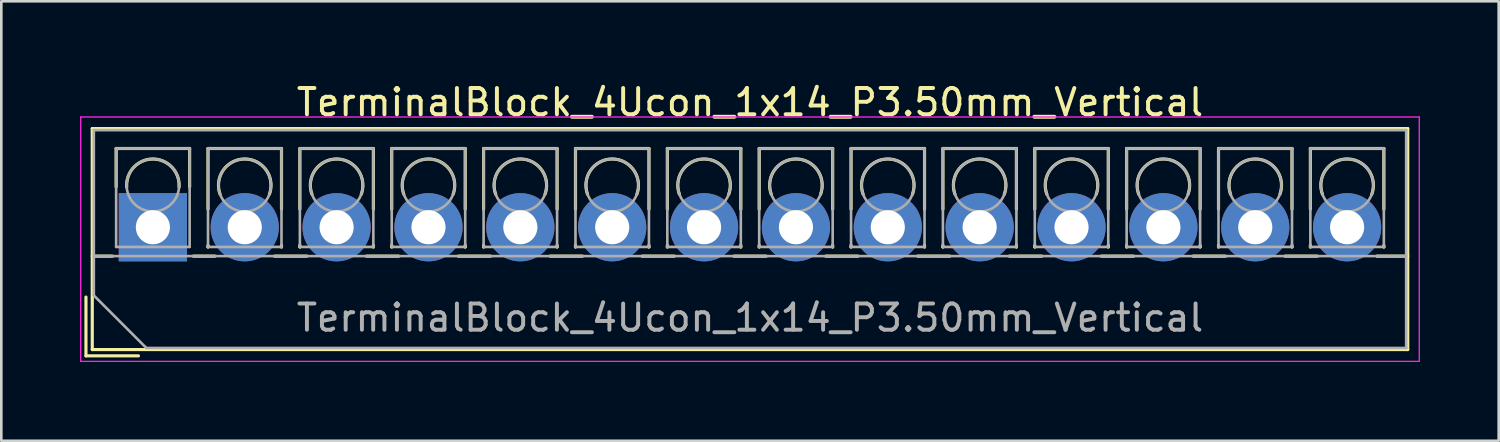
<source format=kicad_pcb>
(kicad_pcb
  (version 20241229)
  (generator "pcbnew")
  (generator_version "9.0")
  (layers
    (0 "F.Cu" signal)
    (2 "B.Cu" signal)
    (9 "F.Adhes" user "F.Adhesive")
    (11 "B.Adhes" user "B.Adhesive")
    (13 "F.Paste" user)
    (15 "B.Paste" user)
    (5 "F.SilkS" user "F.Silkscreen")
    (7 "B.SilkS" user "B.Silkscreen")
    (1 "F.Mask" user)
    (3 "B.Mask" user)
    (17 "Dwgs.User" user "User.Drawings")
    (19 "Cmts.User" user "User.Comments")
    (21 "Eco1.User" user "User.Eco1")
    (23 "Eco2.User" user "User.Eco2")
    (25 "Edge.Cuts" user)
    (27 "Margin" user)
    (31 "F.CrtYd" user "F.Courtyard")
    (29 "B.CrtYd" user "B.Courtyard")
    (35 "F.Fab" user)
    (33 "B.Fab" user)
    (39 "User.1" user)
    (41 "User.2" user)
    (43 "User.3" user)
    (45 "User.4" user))
  (footprint "TerminalBlock_4Ucon_1x14_P3.50mm_Vertical"
    (layer "F.Cu")
    (at 2.775 5.608)
    (property "Reference" "TerminalBlock_4Ucon_1x14_P3.50mm_Vertical" (at 22.75 -4.76 0) (layer "F.SilkS") (effects (font (size 1 1) (thickness 0.15))))
    (attr through_hole)
    (fp_line (start -2.55 2.66) (end -2.55 4.9) (stroke (width 0.12) (type solid)) (layer "F.SilkS"))
    (fp_line (start -2.55 4.9) (end -0.55 4.9) (stroke (width 0.12) (type solid)) (layer "F.SilkS"))
    (fp_line (start -2.31 -3.76) (end -2.31 4.66) (stroke (width 0.12) (type solid)) (layer "F.SilkS"))
    (fp_line (start -2.31 -3.76) (end 47.81 -3.76) (stroke (width 0.12) (type solid)) (layer "F.SilkS"))
    (fp_line (start -2.31 1.101) (end -1.54 1.101) (stroke (width 0.12) (type solid)) (layer "F.SilkS"))
    (fp_line (start -2.31 4.66) (end 47.81 4.66) (stroke (width 0.12) (type solid)) (layer "F.SilkS"))
    (fp_line (start -1.4 -3) (end -1.4 -1.54) (stroke (width 0.12) (type solid)) (layer "F.SilkS"))
    (fp_line (start -1.4 -3) (end 1.4 -3) (stroke (width 0.12) (type solid)) (layer "F.SilkS"))
    (fp_line (start 1.4 -3) (end 1.4 -1.54) (stroke (width 0.12) (type solid)) (layer "F.SilkS"))
    (fp_line (start 1.54 1.101) (end 2.367 1.101) (stroke (width 0.12) (type solid)) (layer "F.SilkS"))
    (fp_line (start 2.1 -3) (end 2.1 -0.689) (stroke (width 0.12) (type solid)) (layer "F.SilkS"))
    (fp_line (start 2.1 -3) (end 4.9 -3) (stroke (width 0.12) (type solid)) (layer "F.SilkS"))
    (fp_line (start 2.1 0.689) (end 2.1 0.75) (stroke (width 0.12) (type solid)) (layer "F.SilkS"))
    (fp_line (start 2.1 0.75) (end 2.101 0.75) (stroke (width 0.12) (type solid)) (layer "F.SilkS"))
    (fp_line (start 4.634 1.101) (end 5.867 1.101) (stroke (width 0.12) (type solid)) (layer "F.SilkS"))
    (fp_line (start 4.9 -3) (end 4.9 -0.689) (stroke (width 0.12) (type solid)) (layer "F.SilkS"))
    (fp_line (start 4.9 0.689) (end 4.9 0.75) (stroke (width 0.12) (type solid)) (layer "F.SilkS"))
    (fp_line (start 4.9 0.75) (end 4.9 0.75) (stroke (width 0.12) (type solid)) (layer "F.SilkS"))
    (fp_line (start 5.6 -3) (end 5.6 -0.689) (stroke (width 0.12) (type solid)) (layer "F.SilkS"))
    (fp_line (start 5.6 -3) (end 8.4 -3) (stroke (width 0.12) (type solid)) (layer "F.SilkS"))
    (fp_line (start 5.6 0.689) (end 5.6 0.75) (stroke (width 0.12) (type solid)) (layer "F.SilkS"))
    (fp_line (start 5.6 0.75) (end 5.601 0.75) (stroke (width 0.12) (type solid)) (layer "F.SilkS"))
    (fp_line (start 8.134 1.101) (end 9.367 1.101) (stroke (width 0.12) (type solid)) (layer "F.SilkS"))
    (fp_line (start 8.4 -3) (end 8.4 -0.689) (stroke (width 0.12) (type solid)) (layer "F.SilkS"))
    (fp_line (start 8.4 0.689) (end 8.4 0.75) (stroke (width 0.12) (type solid)) (layer "F.SilkS"))
    (fp_line (start 8.4 0.75) (end 8.4 0.75) (stroke (width 0.12) (type solid)) (layer "F.SilkS"))
    (fp_line (start 9.1 -3) (end 9.1 -0.689) (stroke (width 0.12) (type solid)) (layer "F.SilkS"))
    (fp_line (start 9.1 -3) (end 11.9 -3) (stroke (width 0.12) (type solid)) (layer "F.SilkS"))
    (fp_line (start 9.1 0.689) (end 9.1 0.75) (stroke (width 0.12) (type solid)) (layer "F.SilkS"))
    (fp_line (start 9.1 0.75) (end 9.101 0.75) (stroke (width 0.12) (type solid)) (layer "F.SilkS"))
    (fp_line (start 11.634 1.101) (end 12.867 1.101) (stroke (width 0.12) (type solid)) (layer "F.SilkS"))
    (fp_line (start 11.9 -3) (end 11.9 -0.689) (stroke (width 0.12) (type solid)) (layer "F.SilkS"))
    (fp_line (start 11.9 0.689) (end 11.9 0.75) (stroke (width 0.12) (type solid)) (layer "F.SilkS"))
    (fp_line (start 11.9 0.75) (end 11.9 0.75) (stroke (width 0.12) (type solid)) (layer "F.SilkS"))
    (fp_line (start 12.6 -3) (end 12.6 -0.689) (stroke (width 0.12) (type solid)) (layer "F.SilkS"))
    (fp_line (start 12.6 -3) (end 15.4 -3) (stroke (width 0.12) (type solid)) (layer "F.SilkS"))
    (fp_line (start 12.6 0.689) (end 12.6 0.75) (stroke (width 0.12) (type solid)) (layer "F.SilkS"))
    (fp_line (start 12.6 0.75) (end 12.601 0.75) (stroke (width 0.12) (type solid)) (layer "F.SilkS"))
    (fp_line (start 15.134 1.101) (end 16.367 1.101) (stroke (width 0.12) (type solid)) (layer "F.SilkS"))
    (fp_line (start 15.4 -3) (end 15.4 -0.689) (stroke (width 0.12) (type solid)) (layer "F.SilkS"))
    (fp_line (start 15.4 0.689) (end 15.4 0.75) (stroke (width 0.12) (type solid)) (layer "F.SilkS"))
    (fp_line (start 15.4 0.75) (end 15.4 0.75) (stroke (width 0.12) (type solid)) (layer "F.SilkS"))
    (fp_line (start 16.101 -3) (end 16.101 -0.689) (stroke (width 0.12) (type solid)) (layer "F.SilkS"))
    (fp_line (start 16.101 -3) (end 18.9 -3) (stroke (width 0.12) (type solid)) (layer "F.SilkS"))
    (fp_line (start 16.101 0.689) (end 16.101 0.75) (stroke (width 0.12) (type solid)) (layer "F.SilkS"))
    (fp_line (start 16.101 0.75) (end 16.101 0.75) (stroke (width 0.12) (type solid)) (layer "F.SilkS"))
    (fp_line (start 18.634 1.101) (end 19.867 1.101) (stroke (width 0.12) (type solid)) (layer "F.SilkS"))
    (fp_line (start 18.9 -3) (end 18.9 -0.689) (stroke (width 0.12) (type solid)) (layer "F.SilkS"))
    (fp_line (start 18.9 0.689) (end 18.9 0.75) (stroke (width 0.12) (type solid)) (layer "F.SilkS"))
    (fp_line (start 18.9 0.75) (end 18.9 0.75) (stroke (width 0.12) (type solid)) (layer "F.SilkS"))
    (fp_line (start 19.6 -3) (end 19.6 -0.689) (stroke (width 0.12) (type solid)) (layer "F.SilkS"))
    (fp_line (start 19.6 -3) (end 22.4 -3) (stroke (width 0.12) (type solid)) (layer "F.SilkS"))
    (fp_line (start 19.6 0.689) (end 19.6 0.75) (stroke (width 0.12) (type solid)) (layer "F.SilkS"))
    (fp_line (start 19.6 0.75) (end 19.601 0.75) (stroke (width 0.12) (type solid)) (layer "F.SilkS"))
    (fp_line (start 22.134 1.101) (end 23.367 1.101) (stroke (width 0.12) (type solid)) (layer "F.SilkS"))
    (fp_line (start 22.4 -3) (end 22.4 -0.689) (stroke (width 0.12) (type solid)) (layer "F.SilkS"))
    (fp_line (start 22.4 0.689) (end 22.4 0.75) (stroke (width 0.12) (type solid)) (layer "F.SilkS"))
    (fp_line (start 22.4 0.75) (end 22.4 0.75) (stroke (width 0.12) (type solid)) (layer "F.SilkS"))
    (fp_line (start 23.1 -3) (end 23.1 -0.689) (stroke (width 0.12) (type solid)) (layer "F.SilkS"))
    (fp_line (start 23.1 -3) (end 25.9 -3) (stroke (width 0.12) (type solid)) (layer "F.SilkS"))
    (fp_line (start 23.1 0.689) (end 23.1 0.75) (stroke (width 0.12) (type solid)) (layer "F.SilkS"))
    (fp_line (start 23.1 0.75) (end 23.101 0.75) (stroke (width 0.12) (type solid)) (layer "F.SilkS"))
    (fp_line (start 25.634 1.101) (end 26.867 1.101) (stroke (width 0.12) (type solid)) (layer "F.SilkS"))
    (fp_line (start 25.9 -3) (end 25.9 -0.689) (stroke (width 0.12) (type solid)) (layer "F.SilkS"))
    (fp_line (start 25.9 0.689) (end 25.9 0.75) (stroke (width 0.12) (type solid)) (layer "F.SilkS"))
    (fp_line (start 25.9 0.75) (end 25.9 0.75) (stroke (width 0.12) (type solid)) (layer "F.SilkS"))
    (fp_line (start 26.6 -3) (end 26.6 -0.689) (stroke (width 0.12) (type solid)) (layer "F.SilkS"))
    (fp_line (start 26.6 -3) (end 29.4 -3) (stroke (width 0.12) (type solid)) (layer "F.SilkS"))
    (fp_line (start 26.6 0.689) (end 26.6 0.75) (stroke (width 0.12) (type solid)) (layer "F.SilkS"))
    (fp_line (start 26.6 0.75) (end 26.601 0.75) (stroke (width 0.12) (type solid)) (layer "F.SilkS"))
    (fp_line (start 29.134 1.101) (end 30.367 1.101) (stroke (width 0.12) (type solid)) (layer "F.SilkS"))
    (fp_line (start 29.4 -3) (end 29.4 -0.689) (stroke (width 0.12) (type solid)) (layer "F.SilkS"))
    (fp_line (start 29.4 0.689) (end 29.4 0.75) (stroke (width 0.12) (type solid)) (layer "F.SilkS"))
    (fp_line (start 29.4 0.75) (end 29.4 0.75) (stroke (width 0.12) (type solid)) (layer "F.SilkS"))
    (fp_line (start 30.1 -3) (end 30.1 -0.689) (stroke (width 0.12) (type solid)) (layer "F.SilkS"))
    (fp_line (start 30.1 -3) (end 32.9 -3) (stroke (width 0.12) (type solid)) (layer "F.SilkS"))
    (fp_line (start 30.1 0.689) (end 30.1 0.75) (stroke (width 0.12) (type solid)) (layer "F.SilkS"))
    (fp_line (start 30.1 0.75) (end 30.101 0.75) (stroke (width 0.12) (type solid)) (layer "F.SilkS"))
    (fp_line (start 32.634 1.101) (end 33.867 1.101) (stroke (width 0.12) (type solid)) (layer "F.SilkS"))
    (fp_line (start 32.9 -3) (end 32.9 -0.689) (stroke (width 0.12) (type solid)) (layer "F.SilkS"))
    (fp_line (start 32.9 0.689) (end 32.9 0.75) (stroke (width 0.12) (type solid)) (layer "F.SilkS"))
    (fp_line (start 32.9 0.75) (end 32.9 0.75) (stroke (width 0.12) (type solid)) (layer "F.SilkS"))
    (fp_line (start 33.6 -3) (end 33.6 -0.689) (stroke (width 0.12) (type solid)) (layer "F.SilkS"))
    (fp_line (start 33.6 -3) (end 36.4 -3) (stroke (width 0.12) (type solid)) (layer "F.SilkS"))
    (fp_line (start 33.6 0.689) (end 33.6 0.75) (stroke (width 0.12) (type solid)) (layer "F.SilkS"))
    (fp_line (start 33.6 0.75) (end 33.601 0.75) (stroke (width 0.12) (type solid)) (layer "F.SilkS"))
    (fp_line (start 36.134 1.101) (end 37.367 1.101) (stroke (width 0.12) (type solid)) (layer "F.SilkS"))
    (fp_line (start 36.4 -3) (end 36.4 -0.689) (stroke (width 0.12) (type solid)) (layer "F.SilkS"))
    (fp_line (start 36.4 0.689) (end 36.4 0.75) (stroke (width 0.12) (type solid)) (layer "F.SilkS"))
    (fp_line (start 36.4 0.75) (end 36.4 0.75) (stroke (width 0.12) (type solid)) (layer "F.SilkS"))
    (fp_line (start 37.1 -3) (end 37.1 -0.689) (stroke (width 0.12) (type solid)) (layer "F.SilkS"))
    (fp_line (start 37.1 -3) (end 39.9 -3) (stroke (width 0.12) (type solid)) (layer "F.SilkS"))
    (fp_line (start 37.1 0.689) (end 37.1 0.75) (stroke (width 0.12) (type solid)) (layer "F.SilkS"))
    (fp_line (start 37.1 0.75) (end 37.101 0.75) (stroke (width 0.12) (type solid)) (layer "F.SilkS"))
    (fp_line (start 39.634 1.101) (end 40.867 1.101) (stroke (width 0.12) (type solid)) (layer "F.SilkS"))
    (fp_line (start 39.9 -3) (end 39.9 -0.689) (stroke (width 0.12) (type solid)) (layer "F.SilkS"))
    (fp_line (start 39.9 0.689) (end 39.9 0.75) (stroke (width 0.12) (type solid)) (layer "F.SilkS"))
    (fp_line (start 39.9 0.75) (end 39.9 0.75) (stroke (width 0.12) (type solid)) (layer "F.SilkS"))
    (fp_line (start 40.6 -3) (end 40.6 -0.689) (stroke (width 0.12) (type solid)) (layer "F.SilkS"))
    (fp_line (start 40.6 -3) (end 43.4 -3) (stroke (width 0.12) (type solid)) (layer "F.SilkS"))
    (fp_line (start 40.6 0.689) (end 40.6 0.75) (stroke (width 0.12) (type solid)) (layer "F.SilkS"))
    (fp_line (start 40.6 0.75) (end 40.601 0.75) (stroke (width 0.12) (type solid)) (layer "F.SilkS"))
    (fp_line (start 43.134 1.101) (end 44.367 1.101) (stroke (width 0.12) (type solid)) (layer "F.SilkS"))
    (fp_line (start 43.4 -3) (end 43.4 -0.689) (stroke (width 0.12) (type solid)) (layer "F.SilkS"))
    (fp_line (start 43.4 0.689) (end 43.4 0.75) (stroke (width 0.12) (type solid)) (layer "F.SilkS"))
    (fp_line (start 43.4 0.75) (end 43.4 0.75) (stroke (width 0.12) (type solid)) (layer "F.SilkS"))
    (fp_line (start 44.1 -3) (end 44.1 -0.689) (stroke (width 0.12) (type solid)) (layer "F.SilkS"))
    (fp_line (start 44.1 -3) (end 46.9 -3) (stroke (width 0.12) (type solid)) (layer "F.SilkS"))
    (fp_line (start 44.1 0.689) (end 44.1 0.75) (stroke (width 0.12) (type solid)) (layer "F.SilkS"))
    (fp_line (start 44.1 0.75) (end 44.101 0.75) (stroke (width 0.12) (type solid)) (layer "F.SilkS"))
    (fp_line (start 46.634 1.101) (end 47.81 1.101) (stroke (width 0.12) (type solid)) (layer "F.SilkS"))
    (fp_line (start 46.9 -3) (end 46.9 -0.689) (stroke (width 0.12) (type solid)) (layer "F.SilkS"))
    (fp_line (start 46.9 0.689) (end 46.9 0.75) (stroke (width 0.12) (type solid)) (layer "F.SilkS"))
    (fp_line (start 46.9 0.75) (end 46.9 0.75) (stroke (width 0.12) (type solid)) (layer "F.SilkS"))
    (fp_line (start 47.81 -3.76) (end 47.81 4.66) (stroke (width 0.12) (type solid)) (layer "F.SilkS"))
    (fp_arc (start -0.99789 -1.529434) (mid -0.000785 -2.600382) (end 0.998 -1.531) (stroke (width 0.12) (type solid)) (layer "F.SilkS"))
    (fp_arc (start 2.560085 -1.257767) (mid 3.499876 -2.600282) (end 4.44 -1.258) (stroke (width 0.12) (type solid)) (layer "F.SilkS"))
    (fp_arc (start 6.060085 -1.257767) (mid 6.999876 -2.600282) (end 7.94 -1.258) (stroke (width 0.12) (type solid)) (layer "F.SilkS"))
    (fp_arc (start 9.560085 -1.257767) (mid 10.499876 -2.600282) (end 11.44 -1.258) (stroke (width 0.12) (type solid)) (layer "F.SilkS"))
    (fp_arc (start 13.060085 -1.257767) (mid 13.999876 -2.600282) (end 14.94 -1.258) (stroke (width 0.12) (type solid)) (layer "F.SilkS"))
    (fp_arc (start 16.560085 -1.257767) (mid 17.499876 -2.600282) (end 18.44 -1.258) (stroke (width 0.12) (type solid)) (layer "F.SilkS"))
    (fp_arc (start 20.060085 -1.257767) (mid 20.999876 -2.600282) (end 21.94 -1.258) (stroke (width 0.12) (type solid)) (layer "F.SilkS"))
    (fp_arc (start 23.560085 -1.257767) (mid 24.499876 -2.600282) (end 25.44 -1.258) (stroke (width 0.12) (type solid)) (layer "F.SilkS"))
    (fp_arc (start 27.060085 -1.257767) (mid 27.999876 -2.600282) (end 28.94 -1.258) (stroke (width 0.12) (type solid)) (layer "F.SilkS"))
    (fp_arc (start 30.560085 -1.257767) (mid 31.499876 -2.600282) (end 32.44 -1.258) (stroke (width 0.12) (type solid)) (layer "F.SilkS"))
    (fp_arc (start 34.060085 -1.257767) (mid 34.999876 -2.600282) (end 35.94 -1.258) (stroke (width 0.12) (type solid)) (layer "F.SilkS"))
    (fp_arc (start 37.560085 -1.257767) (mid 38.499876 -2.600282) (end 39.44 -1.258) (stroke (width 0.12) (type solid)) (layer "F.SilkS"))
    (fp_arc (start 41.060085 -1.257767) (mid 41.999876 -2.600282) (end 42.94 -1.258) (stroke (width 0.12) (type solid)) (layer "F.SilkS"))
    (fp_arc (start 44.560085 -1.257767) (mid 45.499876 -2.600282) (end 46.44 -1.258) (stroke (width 0.12) (type solid)) (layer "F.SilkS"))
    (fp_line (start -2.75 -4.2) (end -2.75 5.11) (stroke (width 0.05) (type solid)) (layer "F.CrtYd"))
    (fp_line (start -2.75 5.11) (end 48.25 5.11) (stroke (width 0.05) (type solid)) (layer "F.CrtYd"))
    (fp_line (start 48.25 -4.2) (end -2.75 -4.2) (stroke (width 0.05) (type solid)) (layer "F.CrtYd"))
    (fp_line (start 48.25 5.11) (end 48.25 -4.2) (stroke (width 0.05) (type solid)) (layer "F.CrtYd"))
    (fp_line (start -2.25 -3.7) (end 47.75 -3.7) (stroke (width 0.1) (type solid)) (layer "F.Fab"))
    (fp_line (start -2.25 1.1) (end 47.75 1.1) (stroke (width 0.1) (type solid)) (layer "F.Fab"))
    (fp_line (start -2.25 2.6) (end -2.25 -3.7) (stroke (width 0.1) (type solid)) (layer "F.Fab"))
    (fp_line (start -1.4 -3) (end -1.4 0.75) (stroke (width 0.1) (type solid)) (layer "F.Fab"))
    (fp_line (start -1.4 0.75) (end 1.4 0.75) (stroke (width 0.1) (type solid)) (layer "F.Fab"))
    (fp_line (start -0.25 4.6) (end -2.25 2.6) (stroke (width 0.1) (type solid)) (layer "F.Fab"))
    (fp_line (start 1.4 -3) (end -1.4 -3) (stroke (width 0.1) (type solid)) (layer "F.Fab"))
    (fp_line (start 1.4 0.75) (end 1.4 -3) (stroke (width 0.1) (type solid)) (layer "F.Fab"))
    (fp_line (start 2.1 -3) (end 2.1 0.75) (stroke (width 0.1) (type solid)) (layer "F.Fab"))
    (fp_line (start 2.1 0.75) (end 4.9 0.75) (stroke (width 0.1) (type solid)) (layer "F.Fab"))
    (fp_line (start 4.9 -3) (end 2.1 -3) (stroke (width 0.1) (type solid)) (layer "F.Fab"))
    (fp_line (start 4.9 0.75) (end 4.9 -3) (stroke (width 0.1) (type solid)) (layer "F.Fab"))
    (fp_line (start 5.6 -3) (end 5.6 0.75) (stroke (width 0.1) (type solid)) (layer "F.Fab"))
    (fp_line (start 5.6 0.75) (end 8.4 0.75) (stroke (width 0.1) (type solid)) (layer "F.Fab"))
    (fp_line (start 8.4 -3) (end 5.6 -3) (stroke (width 0.1) (type solid)) (layer "F.Fab"))
    (fp_line (start 8.4 0.75) (end 8.4 -3) (stroke (width 0.1) (type solid)) (layer "F.Fab"))
    (fp_line (start 9.1 -3) (end 9.1 0.75) (stroke (width 0.1) (type solid)) (layer "F.Fab"))
    (fp_line (start 9.1 0.75) (end 11.9 0.75) (stroke (width 0.1) (type solid)) (layer "F.Fab"))
    (fp_line (start 11.9 -3) (end 9.1 -3) (stroke (width 0.1) (type solid)) (layer "F.Fab"))
    (fp_line (start 11.9 0.75) (end 11.9 -3) (stroke (width 0.1) (type solid)) (layer "F.Fab"))
    (fp_line (start 12.6 -3) (end 12.6 0.75) (stroke (width 0.1) (type solid)) (layer "F.Fab"))
    (fp_line (start 12.6 0.75) (end 15.4 0.75) (stroke (width 0.1) (type solid)) (layer "F.Fab"))
    (fp_line (start 15.4 -3) (end 12.6 -3) (stroke (width 0.1) (type solid)) (layer "F.Fab"))
    (fp_line (start 15.4 0.75) (end 15.4 -3) (stroke (width 0.1) (type solid)) (layer "F.Fab"))
    (fp_line (start 16.101 -3) (end 16.101 0.75) (stroke (width 0.1) (type solid)) (layer "F.Fab"))
    (fp_line (start 16.101 0.75) (end 18.9 0.75) (stroke (width 0.1) (type solid)) (layer "F.Fab"))
    (fp_line (start 18.9 -3) (end 16.101 -3) (stroke (width 0.1) (type solid)) (layer "F.Fab"))
    (fp_line (start 18.9 0.75) (end 18.9 -3) (stroke (width 0.1) (type solid)) (layer "F.Fab"))
    (fp_line (start 19.6 -3) (end 19.6 0.75) (stroke (width 0.1) (type solid)) (layer "F.Fab"))
    (fp_line (start 19.6 0.75) (end 22.4 0.75) (stroke (width 0.1) (type solid)) (layer "F.Fab"))
    (fp_line (start 22.4 -3) (end 19.6 -3) (stroke (width 0.1) (type solid)) (layer "F.Fab"))
    (fp_line (start 22.4 0.75) (end 22.4 -3) (stroke (width 0.1) (type solid)) (layer "F.Fab"))
    (fp_line (start 23.1 -3) (end 23.1 0.75) (stroke (width 0.1) (type solid)) (layer "F.Fab"))
    (fp_line (start 23.1 0.75) (end 25.9 0.75) (stroke (width 0.1) (type solid)) (layer "F.Fab"))
    (fp_line (start 25.9 -3) (end 23.1 -3) (stroke (width 0.1) (type solid)) (layer "F.Fab"))
    (fp_line (start 25.9 0.75) (end 25.9 -3) (stroke (width 0.1) (type solid)) (layer "F.Fab"))
    (fp_line (start 26.6 -3) (end 26.6 0.75) (stroke (width 0.1) (type solid)) (layer "F.Fab"))
    (fp_line (start 26.6 0.75) (end 29.4 0.75) (stroke (width 0.1) (type solid)) (layer "F.Fab"))
    (fp_line (start 29.4 -3) (end 26.6 -3) (stroke (width 0.1) (type solid)) (layer "F.Fab"))
    (fp_line (start 29.4 0.75) (end 29.4 -3) (stroke (width 0.1) (type solid)) (layer "F.Fab"))
    (fp_line (start 30.1 -3) (end 30.1 0.75) (stroke (width 0.1) (type solid)) (layer "F.Fab"))
    (fp_line (start 30.1 0.75) (end 32.9 0.75) (stroke (width 0.1) (type solid)) (layer "F.Fab"))
    (fp_line (start 32.9 -3) (end 30.1 -3) (stroke (width 0.1) (type solid)) (layer "F.Fab"))
    (fp_line (start 32.9 0.75) (end 32.9 -3) (stroke (width 0.1) (type solid)) (layer "F.Fab"))
    (fp_line (start 33.6 -3) (end 33.6 0.75) (stroke (width 0.1) (type solid)) (layer "F.Fab"))
    (fp_line (start 33.6 0.75) (end 36.4 0.75) (stroke (width 0.1) (type solid)) (layer "F.Fab"))
    (fp_line (start 36.4 -3) (end 33.6 -3) (stroke (width 0.1) (type solid)) (layer "F.Fab"))
    (fp_line (start 36.4 0.75) (end 36.4 -3) (stroke (width 0.1) (type solid)) (layer "F.Fab"))
    (fp_line (start 37.1 -3) (end 37.1 0.75) (stroke (width 0.1) (type solid)) (layer "F.Fab"))
    (fp_line (start 37.1 0.75) (end 39.9 0.75) (stroke (width 0.1) (type solid)) (layer "F.Fab"))
    (fp_line (start 39.9 -3) (end 37.1 -3) (stroke (width 0.1) (type solid)) (layer "F.Fab"))
    (fp_line (start 39.9 0.75) (end 39.9 -3) (stroke (width 0.1) (type solid)) (layer "F.Fab"))
    (fp_line (start 40.6 -3) (end 40.6 0.75) (stroke (width 0.1) (type solid)) (layer "F.Fab"))
    (fp_line (start 40.6 0.75) (end 43.4 0.75) (stroke (width 0.1) (type solid)) (layer "F.Fab"))
    (fp_line (start 43.4 -3) (end 40.6 -3) (stroke (width 0.1) (type solid)) (layer "F.Fab"))
    (fp_line (start 43.4 0.75) (end 43.4 -3) (stroke (width 0.1) (type solid)) (layer "F.Fab"))
    (fp_line (start 44.1 -3) (end 44.1 0.75) (stroke (width 0.1) (type solid)) (layer "F.Fab"))
    (fp_line (start 44.1 0.75) (end 46.9 0.75) (stroke (width 0.1) (type solid)) (layer "F.Fab"))
    (fp_line (start 46.9 -3) (end 44.1 -3) (stroke (width 0.1) (type solid)) (layer "F.Fab"))
    (fp_line (start 46.9 0.75) (end 46.9 -3) (stroke (width 0.1) (type solid)) (layer "F.Fab"))
    (fp_line (start 47.75 -3.7) (end 47.75 4.6) (stroke (width 0.1) (type solid)) (layer "F.Fab"))
    (fp_line (start 47.75 4.6) (end -0.25 4.6) (stroke (width 0.1) (type solid)) (layer "F.Fab"))
    (fp_circle (center 0 -1.6) (end 1 -1.6) (stroke (width 0.1) (type solid)) (fill no) (layer "F.Fab"))
    (fp_circle (center 3.5 -1.6) (end 4.5 -1.6) (stroke (width 0.1) (type solid)) (fill no) (layer "F.Fab"))
    (fp_circle (center 7 -1.6) (end 8 -1.6) (stroke (width 0.1) (type solid)) (fill no) (layer "F.Fab"))
    (fp_circle (center 10.5 -1.6) (end 11.5 -1.6) (stroke (width 0.1) (type solid)) (fill no) (layer "F.Fab"))
    (fp_circle (center 14 -1.6) (end 15 -1.6) (stroke (width 0.1) (type solid)) (fill no) (layer "F.Fab"))
    (fp_circle (center 17.5 -1.6) (end 18.5 -1.6) (stroke (width 0.1) (type solid)) (fill no) (layer "F.Fab"))
    (fp_circle (center 21 -1.6) (end 22 -1.6) (stroke (width 0.1) (type solid)) (fill no) (layer "F.Fab"))
    (fp_circle (center 24.5 -1.6) (end 25.5 -1.6) (stroke (width 0.1) (type solid)) (fill no) (layer "F.Fab"))
    (fp_circle (center 28 -1.6) (end 29 -1.6) (stroke (width 0.1) (type solid)) (fill no) (layer "F.Fab"))
    (fp_circle (center 31.5 -1.6) (end 32.5 -1.6) (stroke (width 0.1) (type solid)) (fill no) (layer "F.Fab"))
    (fp_circle (center 35 -1.6) (end 36 -1.6) (stroke (width 0.1) (type solid)) (fill no) (layer "F.Fab"))
    (fp_circle (center 38.5 -1.6) (end 39.5 -1.6) (stroke (width 0.1) (type solid)) (fill no) (layer "F.Fab"))
    (fp_circle (center 42 -1.6) (end 43 -1.6) (stroke (width 0.1) (type solid)) (fill no) (layer "F.Fab"))
    (fp_circle (center 45.5 -1.6) (end 46.5 -1.6) (stroke (width 0.1) (type solid)) (fill no) (layer "F.Fab"))
    (fp_text user "${REFERENCE}" (at 22.75 3.45 0) (layer "F.Fab") (effects (font (size 1 1) (thickness 0.15))))
    (pad "1" thru_hole rect (at 0 0) (size 2.6 2.6) (drill 1.3) (layers "*.Cu" "*.Mask"))
    (pad "2" thru_hole circle (at 3.5 0) (size 2.6 2.6) (drill 1.3) (layers "*.Cu" "*.Mask"))
    (pad "3" thru_hole circle (at 7 0) (size 2.6 2.6) (drill 1.3) (layers "*.Cu" "*.Mask"))
    (pad "4" thru_hole circle (at 10.5 0) (size 2.6 2.6) (drill 1.3) (layers "*.Cu" "*.Mask"))
    (pad "5" thru_hole circle (at 14 0) (size 2.6 2.6) (drill 1.3) (layers "*.Cu" "*.Mask"))
    (pad "6" thru_hole circle (at 17.5 0) (size 2.6 2.6) (drill 1.3) (layers "*.Cu" "*.Mask"))
    (pad "7" thru_hole circle (at 21 0) (size 2.6 2.6) (drill 1.3) (layers "*.Cu" "*.Mask"))
    (pad "8" thru_hole circle (at 24.5 0) (size 2.6 2.6) (drill 1.3) (layers "*.Cu" "*.Mask"))
    (pad "9" thru_hole circle (at 28 0) (size 2.6 2.6) (drill 1.3) (layers "*.Cu" "*.Mask"))
    (pad "10" thru_hole circle (at 31.5 0) (size 2.6 2.6) (drill 1.3) (layers "*.Cu" "*.Mask"))
    (pad "11" thru_hole circle (at 35 0) (size 2.6 2.6) (drill 1.3) (layers "*.Cu" "*.Mask"))
    (pad "12" thru_hole circle (at 38.5 0) (size 2.6 2.6) (drill 1.3) (layers "*.Cu" "*.Mask"))
    (pad "13" thru_hole circle (at 42 0) (size 2.6 2.6) (drill 1.3) (layers "*.Cu" "*.Mask"))
    (pad "14" thru_hole circle (at 45.5 0) (size 2.6 2.6) (drill 1.3) (layers "*.Cu" "*.Mask")))
  (gr_rect
    (start -3 -3)
    (end 54.05 13.743)
    (stroke (width 0.1) (type default))
    (fill no)
    (layer "Edge.Cuts")))
</source>
